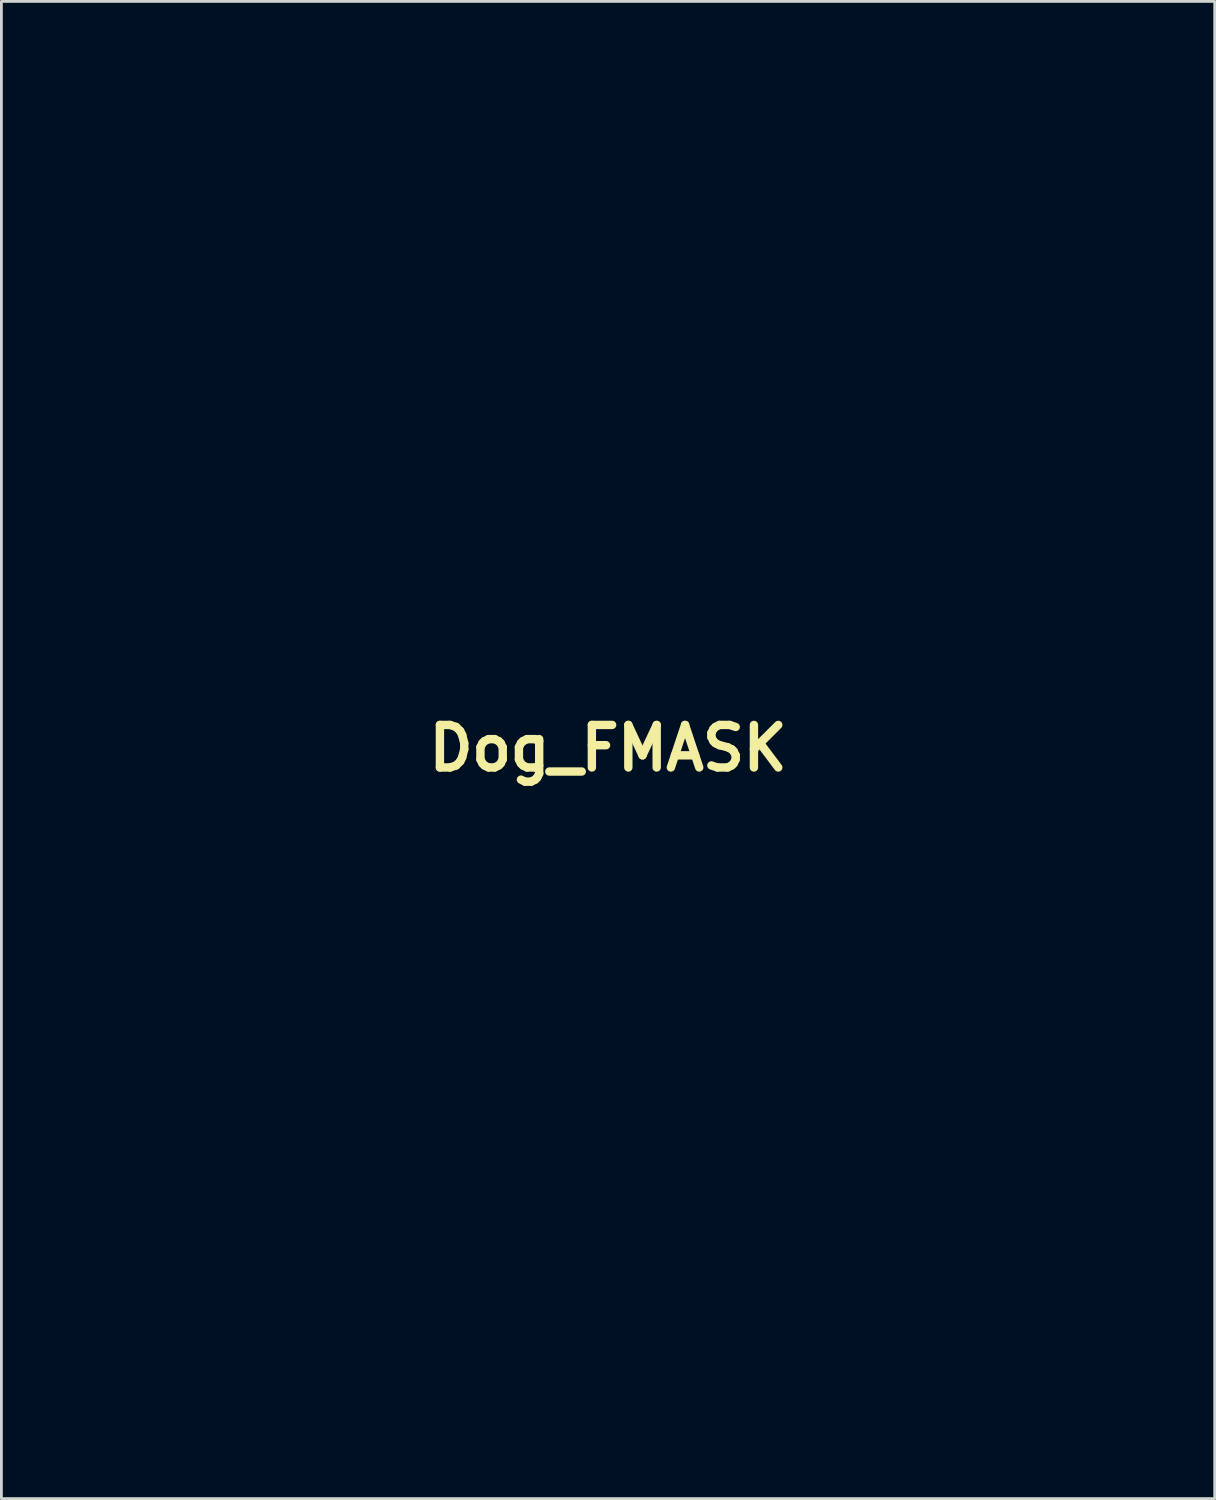
<source format=kicad_pcb>
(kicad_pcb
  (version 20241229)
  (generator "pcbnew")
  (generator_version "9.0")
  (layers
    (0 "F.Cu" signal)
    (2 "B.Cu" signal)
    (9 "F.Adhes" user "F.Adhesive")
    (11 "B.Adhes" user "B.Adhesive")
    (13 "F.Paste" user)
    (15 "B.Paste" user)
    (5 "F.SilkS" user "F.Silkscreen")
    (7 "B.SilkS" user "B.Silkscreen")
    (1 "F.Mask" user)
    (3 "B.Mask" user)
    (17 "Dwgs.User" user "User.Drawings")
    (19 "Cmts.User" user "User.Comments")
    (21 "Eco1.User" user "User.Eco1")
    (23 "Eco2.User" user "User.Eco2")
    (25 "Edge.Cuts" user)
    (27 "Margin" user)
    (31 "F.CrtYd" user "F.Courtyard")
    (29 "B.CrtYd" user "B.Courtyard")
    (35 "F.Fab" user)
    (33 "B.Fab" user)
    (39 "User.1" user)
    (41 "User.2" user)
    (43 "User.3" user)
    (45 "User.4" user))
  (footprint "Dog_FMASK"
    (layer "F.Cu")
    (at 18.733 23.754)
    (property "Reference" "Dog_FMASK" (at 0 0 0) (layer "F.SilkS") (effects (font (size 1.524 1.524) (thickness 0.3))))
    (attr through_hole)
    (fp_poly (pts (xy 2.731 -0.794) (xy 2.699 -0.762) (xy 2.667 -0.794) (xy 2.699 -0.826) (xy 2.731 -0.794)) (stroke (width 0.01) (type solid)) (fill yes) (layer "F.Mask"))
    (fp_poly (pts (xy 1.975 -10.363) (xy 2.302 -10.165) (xy 2.328 -10.142) (xy 2.572 -9.861) (xy 2.702 -9.535) (xy 2.731 -9.245) (xy 2.675 -8.851) (xy 2.511 -8.521) (xy 2.238 -8.258) (xy 2 -8.121) (xy 1.641 -8.016) (xy 1.284 -8.037) (xy 1.047 -8.119) (xy 0.728 -8.326) (xy 0.499 -8.599) (xy 0.362 -8.918) (xy 0.318 -9.258) (xy 0.369 -9.597) (xy 0.516 -9.914) (xy 0.76 -10.185) (xy 0.907 -10.289) (xy 1.251 -10.427) (xy 1.615 -10.451) (xy 1.975 -10.363)) (stroke (width 0.01) (type solid)) (fill yes) (layer "F.Mask"))
    (fp_poly (pts (xy -7.929 -11.648) (xy -7.624 -11.481) (xy -7.374 -11.238) (xy -7.201 -10.936) (xy -7.123 -10.593) (xy -7.126 -10.418) (xy -7.217 -10.056) (xy -7.403 -9.748) (xy -7.663 -9.51) (xy -7.975 -9.353) (xy -8.318 -9.294) (xy -8.672 -9.344) (xy -8.723 -9.362) (xy -9.017 -9.522) (xy -9.279 -9.76) (xy -9.435 -9.982) (xy -9.497 -10.187) (xy -9.521 -10.457) (xy -9.509 -10.739) (xy -9.461 -10.976) (xy -9.433 -11.043) (xy -9.253 -11.286) (xy -8.997 -11.504) (xy -8.715 -11.657) (xy -8.627 -11.686) (xy -8.27 -11.722) (xy -7.929 -11.648)) (stroke (width 0.01) (type solid)) (fill yes) (layer "F.Mask"))
    (fp_poly (pts (xy -5.566 -1.058) (xy -5.288 -1.031) (xy -4.923 -0.988) (xy -4.455 -0.929) (xy -4.166 -0.892) (xy -3.699 -0.831) (xy -3.341 -0.782) (xy -3.075 -0.741) (xy -2.883 -0.703) (xy -2.749 -0.667) (xy -2.655 -0.626) (xy -2.584 -0.579) (xy -2.532 -0.532) (xy -2.388 -0.367) (xy -2.312 -0.198) (xy -2.306 -0.003) (xy -2.371 0.24) (xy -2.507 0.552) (xy -2.609 0.753) (xy -2.767 1.039) (xy -2.93 1.306) (xy -3.074 1.518) (xy -3.163 1.626) (xy -3.53 1.917) (xy -3.953 2.098) (xy -4.416 2.166) (xy -4.846 2.127) (xy -5.276 1.978) (xy -5.663 1.716) (xy -5.942 1.418) (xy -6.079 1.183) (xy -6.21 0.858) (xy -6.325 0.477) (xy -6.414 0.076) (xy -6.461 -0.268) (xy -6.475 -0.479) (xy -6.457 -0.614) (xy -6.391 -0.726) (xy -6.27 -0.855) (xy -6.19 -0.933) (xy -6.116 -0.993) (xy -6.032 -1.035) (xy -5.923 -1.06) (xy -5.773 -1.067) (xy -5.566 -1.058)) (stroke (width 0.01) (type solid)) (fill yes) (layer "F.Mask"))
    (fp_poly (pts (xy -8.288 -23.725) (xy -8.319 -23.638) (xy -8.353 -23.56) (xy -8.429 -23.377) (xy -8.542 -23.1) (xy -8.687 -22.741) (xy -8.859 -22.311) (xy -9.054 -21.823) (xy -9.267 -21.287) (xy -9.494 -20.716) (xy -9.73 -20.121) (xy -9.971 -19.513) (xy -10.212 -18.905) (xy -10.448 -18.307) (xy -10.675 -17.731) (xy -10.888 -17.189) (xy -11.082 -16.693) (xy -11.254 -16.254) (xy -11.398 -15.883) (xy -11.51 -15.593) (xy -11.585 -15.395) (xy -11.619 -15.3) (xy -11.62 -15.294) (xy -11.644 -15.199) (xy -11.711 -15.008) (xy -11.811 -14.742) (xy -11.936 -14.422) (xy -12.078 -14.069) (xy -12.228 -13.702) (xy -12.378 -13.344) (xy -12.519 -13.014) (xy -12.643 -12.733) (xy -12.741 -12.522) (xy -12.805 -12.401) (xy -12.812 -12.391) (xy -13.062 -12.157) (xy -13.38 -12.006) (xy -13.733 -11.948) (xy -14.086 -11.991) (xy -14.224 -12.039) (xy -14.522 -12.217) (xy -14.756 -12.474) (xy -14.889 -12.7) (xy -14.985 -12.899) (xy -15.12 -13.187) (xy -15.287 -13.552) (xy -15.48 -13.979) (xy -15.694 -14.455) (xy -15.923 -14.967) (xy -16.16 -15.502) (xy -16.399 -16.045) (xy -16.636 -16.584) (xy -16.864 -17.104) (xy -17.076 -17.594) (xy -17.268 -18.038) (xy -17.433 -18.424) (xy -17.565 -18.738) (xy -17.658 -18.967) (xy -17.706 -19.097) (xy -17.711 -19.113) (xy -17.779 -19.677) (xy -17.733 -20.237) (xy -17.582 -20.776) (xy -17.336 -21.277) (xy -17.003 -21.722) (xy -16.593 -22.094) (xy -16.115 -22.375) (xy -15.915 -22.456) (xy -15.817 -22.479) (xy -15.607 -22.521) (xy -15.299 -22.578) (xy -14.908 -22.65) (xy -14.446 -22.732) (xy -13.928 -22.823) (xy -13.368 -22.921) (xy -12.779 -23.023) (xy -12.175 -23.127) (xy -11.57 -23.23) (xy -10.979 -23.33) (xy -10.413 -23.424) (xy -9.889 -23.512) (xy -9.418 -23.589) (xy -9.016 -23.653) (xy -8.695 -23.703) (xy -8.47 -23.736) (xy -8.355 -23.749) (xy -8.349 -23.749) (xy -8.288 -23.725)) (stroke (width 0.01) (type solid)) (fill yes) (layer "F.Mask"))
    (fp_poly (pts (xy 4.64 -22.072) (xy 4.809 -21.999) (xy 5.051 -21.888) (xy 5.347 -21.749) (xy 5.599 -21.629) (xy 5.975 -21.45) (xy 6.364 -21.27) (xy 6.727 -21.105) (xy 7.031 -20.971) (xy 7.144 -20.924) (xy 7.607 -20.729) (xy 8.106 -20.515) (xy 8.625 -20.288) (xy 9.148 -20.054) (xy 9.66 -19.822) (xy 10.146 -19.598) (xy 10.591 -19.389) (xy 10.979 -19.203) (xy 11.295 -19.046) (xy 11.523 -18.925) (xy 11.642 -18.853) (xy 11.945 -18.603) (xy 12.189 -18.323) (xy 12.406 -17.977) (xy 12.53 -17.73) (xy 12.616 -17.541) (xy 12.673 -17.383) (xy 12.708 -17.223) (xy 12.725 -17.025) (xy 12.731 -16.756) (xy 12.732 -16.542) (xy 12.729 -16.207) (xy 12.719 -15.966) (xy 12.695 -15.785) (xy 12.652 -15.631) (xy 12.586 -15.47) (xy 12.558 -15.409) (xy 12.426 -15.158) (xy 12.273 -14.908) (xy 12.177 -14.775) (xy 11.955 -14.494) (xy 11.685 -14.154) (xy 11.376 -13.767) (xy 11.037 -13.345) (xy 10.678 -12.898) (xy 10.309 -12.44) (xy 9.938 -11.981) (xy 9.576 -11.532) (xy 9.231 -11.107) (xy 8.914 -10.716) (xy 8.633 -10.371) (xy 8.398 -10.084) (xy 8.218 -9.867) (xy 8.103 -9.73) (xy 8.072 -9.694) (xy 7.829 -9.469) (xy 7.596 -9.337) (xy 7.329 -9.279) (xy 7.131 -9.272) (xy 6.845 -9.293) (xy 6.613 -9.369) (xy 6.498 -9.431) (xy 6.304 -9.577) (xy 6.137 -9.752) (xy 6.097 -9.809) (xy 6.067 -9.861) (xy 6.04 -9.921) (xy 6.014 -9.998) (xy 5.987 -10.103) (xy 5.959 -10.243) (xy 5.928 -10.43) (xy 5.892 -10.672) (xy 5.851 -10.979) (xy 5.803 -11.359) (xy 5.747 -11.823) (xy 5.681 -12.381) (xy 5.604 -13.04) (xy 5.515 -13.812) (xy 5.463 -14.256) (xy 5.385 -14.93) (xy 5.303 -15.632) (xy 5.219 -16.349) (xy 5.134 -17.069) (xy 5.05 -17.782) (xy 4.967 -18.475) (xy 4.888 -19.137) (xy 4.813 -19.757) (xy 4.745 -20.323) (xy 4.683 -20.824) (xy 4.631 -21.248) (xy 4.589 -21.583) (xy 4.558 -21.818) (xy 4.54 -21.942) (xy 4.538 -21.955) (xy 4.535 -22.065) (xy 4.566 -22.098) (xy 4.64 -22.072)) (stroke (width 0.01) (type solid)) (fill yes) (layer "F.Mask"))
    (fp_poly (pts (xy -11.57 0.293) (xy -11.367 1.028) (xy -11.054 1.717) (xy -10.639 2.347) (xy -10.134 2.907) (xy -9.551 3.385) (xy -8.898 3.769) (xy -8.188 4.048) (xy -8.16 4.056) (xy -7.869 4.129) (xy -7.524 4.199) (xy -7.195 4.251) (xy -7.176 4.254) (xy -6.892 4.289) (xy -6.627 4.324) (xy -6.429 4.352) (xy -6.398 4.357) (xy -6.16 4.393) (xy -6.16 5.308) (xy -6.162 5.632) (xy -6.17 5.906) (xy -6.181 6.107) (xy -6.195 6.213) (xy -6.201 6.223) (xy -6.273 6.194) (xy -6.424 6.118) (xy -6.621 6.012) (xy -6.63 6.007) (xy -7.146 5.764) (xy -7.639 5.629) (xy -8.135 5.598) (xy -8.222 5.602) (xy -8.749 5.696) (xy -9.233 5.903) (xy -9.66 6.211) (xy -10.019 6.609) (xy -10.3 7.088) (xy -10.49 7.636) (xy -10.511 7.73) (xy -10.549 7.991) (xy -10.578 8.345) (xy -10.596 8.758) (xy -10.603 9.195) (xy -10.599 9.623) (xy -10.583 10.008) (xy -10.556 10.316) (xy -10.54 10.419) (xy -10.48 10.675) (xy -10.395 10.907) (xy -10.272 11.136) (xy -10.099 11.382) (xy -9.861 11.665) (xy -9.546 12.003) (xy -9.395 12.16) (xy -9.042 12.533) (xy -8.753 12.862) (xy -8.537 13.135) (xy -8.407 13.335) (xy -8.324 13.504) (xy -8.271 13.654) (xy -8.24 13.819) (xy -8.227 14.038) (xy -8.224 14.346) (xy -8.224 14.357) (xy -8.226 14.664) (xy -8.238 14.882) (xy -8.267 15.051) (xy -8.322 15.21) (xy -8.41 15.396) (xy -8.445 15.465) (xy -8.743 15.912) (xy -9.129 16.271) (xy -9.594 16.532) (xy -9.68 16.567) (xy -9.874 16.63) (xy -10.072 16.669) (xy -10.311 16.688) (xy -10.627 16.692) (xy -10.75 16.691) (xy -11.058 16.685) (xy -11.338 16.676) (xy -11.553 16.665) (xy -11.652 16.657) (xy -12.756 16.452) (xy -13.817 16.132) (xy -14.827 15.7) (xy -15.777 15.161) (xy -16.658 14.519) (xy -17.304 13.938) (xy -17.581 13.652) (xy -17.875 13.328) (xy -18.144 13.01) (xy -18.306 12.804) (xy -18.728 12.242) (xy -18.633 12.01) (xy -18.525 11.782) (xy -18.362 11.476) (xy -18.16 11.12) (xy -17.936 10.742) (xy -17.705 10.371) (xy -17.512 10.075) (xy -17.26 9.714) (xy -17.003 9.372) (xy -16.72 9.027) (xy -16.395 8.657) (xy -16.007 8.241) (xy -15.655 7.874) (xy -14.781 6.911) (xy -14.026 5.937) (xy -13.383 4.939) (xy -12.842 3.9) (xy -12.396 2.806) (xy -12.037 1.642) (xy -11.821 0.716) (xy -11.649 -0.123) (xy -11.57 0.293)) (stroke (width 0.01) (type solid)) (fill yes) (layer "F.Mask"))
    (fp_poly (pts (xy 2.033 1.599) (xy 2.211 1.621) (xy 2.472 1.654) (xy 2.795 1.696) (xy 3.084 1.733) (xy 4.167 1.873) (xy 5.624 3.366) (xy 6.437 4.208) (xy 7.172 4.987) (xy 7.845 5.722) (xy 8.474 6.433) (xy 9.076 7.14) (xy 9.669 7.863) (xy 10.27 8.621) (xy 10.552 8.985) (xy 11.999 10.961) (xy 13.374 13.029) (xy 14.667 15.175) (xy 15.87 17.382) (xy 16.972 19.632) (xy 17.965 21.909) (xy 18.567 23.447) (xy 18.727 23.876) (xy 16.65 23.863) (xy 16.203 23.86) (xy 15.648 23.856) (xy 15.004 23.851) (xy 14.289 23.845) (xy 13.522 23.838) (xy 12.722 23.831) (xy 11.907 23.824) (xy 11.098 23.816) (xy 10.414 23.809) (xy 9.684 23.802) (xy 8.979 23.794) (xy 8.313 23.787) (xy 7.697 23.781) (xy 7.144 23.775) (xy 6.666 23.769) (xy 6.274 23.765) (xy 5.982 23.761) (xy 5.801 23.759) (xy 5.772 23.758) (xy 5.29 23.749) (xy 5.248 23.035) (xy 5.121 21.935) (xy 4.872 20.846) (xy 4.505 19.779) (xy 4.024 18.748) (xy 3.434 17.763) (xy 3.07 17.252) (xy 2.971 17.136) (xy 2.792 16.94) (xy 2.541 16.672) (xy 2.227 16.343) (xy 1.858 15.959) (xy 1.444 15.533) (xy 0.992 15.071) (xy 0.513 14.584) (xy 0.032 14.097) (xy -0.465 13.594) (xy -0.943 13.109) (xy -1.392 12.649) (xy -1.804 12.225) (xy -2.17 11.845) (xy -2.481 11.519) (xy -2.729 11.255) (xy -2.904 11.063) (xy -2.996 10.954) (xy -3.186 10.694) (xy -3.367 10.433) (xy -3.525 10.193) (xy -3.647 9.993) (xy -3.718 9.856) (xy -3.73 9.805) (xy -3.684 9.839) (xy -3.591 9.956) (xy -3.468 10.131) (xy -3.46 10.143) (xy -3.33 10.337) (xy -3.197 10.524) (xy -3.055 10.713) (xy -2.895 10.911) (xy -2.71 11.129) (xy -2.492 11.373) (xy -2.232 11.654) (xy -1.924 11.979) (xy -1.558 12.357) (xy -1.128 12.797) (xy -0.625 13.308) (xy -0.042 13.897) (xy 0.093 14.034) (xy 0.593 14.539) (xy 1.075 15.031) (xy 1.53 15.499) (xy 1.949 15.934) (xy 2.323 16.326) (xy 2.643 16.666) (xy 2.9 16.944) (xy 3.085 17.151) (xy 3.184 17.272) (xy 3.835 18.251) (xy 4.372 19.272) (xy 4.793 20.327) (xy 5.095 21.407) (xy 5.275 22.504) (xy 5.315 22.996) (xy 5.352 23.671) (xy 7.264 23.709) (xy 7.749 23.718) (xy 8.306 23.726) (xy 8.925 23.735) (xy 9.593 23.743) (xy 10.302 23.752) (xy 11.041 23.759) (xy 11.798 23.767) (xy 12.565 23.773) (xy 13.329 23.78) (xy 14.081 23.785) (xy 14.81 23.79) (xy 15.506 23.794) (xy 16.157 23.797) (xy 16.754 23.799) (xy 17.286 23.8) (xy 17.743 23.801) (xy 18.114 23.799) (xy 18.388 23.797) (xy 18.555 23.793) (xy 18.605 23.789) (xy 18.582 23.711) (xy 18.518 23.535) (xy 18.419 23.278) (xy 18.294 22.959) (xy 18.15 22.596) (xy 17.993 22.208) (xy 17.833 21.813) (xy 17.675 21.43) (xy 17.527 21.077) (xy 17.397 20.772) (xy 17.378 20.728) (xy 16.914 19.694) (xy 16.407 18.626) (xy 15.87 17.55) (xy 15.316 16.491) (xy 14.759 15.474) (xy 14.212 14.524) (xy 13.688 13.667) (xy 13.619 13.559) (xy 13.388 13.198) (xy 13.028 13.541) (xy 12.324 14.142) (xy 11.522 14.7) (xy 10.651 15.2) (xy 9.736 15.628) (xy 8.806 15.967) (xy 8.687 16.003) (xy 8.028 16.179) (xy 7.364 16.312) (xy 6.664 16.407) (xy 5.893 16.467) (xy 5.334 16.491) (xy 4.677 16.502) (xy 4.129 16.488) (xy 3.672 16.446) (xy 3.289 16.371) (xy 2.963 16.259) (xy 2.676 16.106) (xy 2.413 15.908) (xy 2.231 15.739) (xy 1.886 15.313) (xy 1.64 14.837) (xy 1.503 14.332) (xy 1.48 13.819) (xy 1.509 13.586) (xy 1.575 13.291) (xy 1.662 13.029) (xy 1.783 12.782) (xy 1.952 12.526) (xy 2.181 12.243) (xy 2.485 11.91) (xy 2.728 11.657) (xy 3.111 11.253) (xy 3.408 10.911) (xy 3.629 10.611) (xy 3.786 10.334) (xy 3.889 10.061) (xy 3.952 9.772) (xy 3.98 9.512) (xy 3.968 8.927) (xy 3.857 8.355) (xy 3.658 7.809) (xy 3.382 7.299) (xy 3.039 6.835) (xy 2.641 6.429) (xy 2.2 6.091) (xy 1.725 5.831) (xy 1.229 5.662) (xy 0.722 5.592) (xy 0.216 5.634) (xy 0.027 5.681) (xy -0.156 5.748) (xy -0.415 5.858) (xy -0.714 5.996) (xy -0.977 6.126) (xy -1.252 6.262) (xy -1.489 6.373) (xy -1.665 6.449) (xy -1.755 6.477) (xy -1.755 6.477) (xy -1.791 6.452) (xy -1.816 6.366) (xy -1.831 6.203) (xy -1.839 5.945) (xy -1.841 5.602) (xy -1.841 4.727) (xy -1.384 4.609) (xy -0.698 4.369) (xy -0.051 4.017) (xy 0.541 3.567) (xy 1.061 3.033) (xy 1.493 2.429) (xy 1.699 2.048) (xy 1.806 1.834) (xy 1.895 1.674) (xy 1.952 1.594) (xy 1.96 1.59) (xy 2.033 1.599)) (stroke (width 0.01) (type solid)) (fill yes) (layer "F.Mask")))
  (gr_rect
    (start -3 -3)
    (end 40.465 50.635)
    (stroke (width 0.1) (type default))
    (fill no)
    (layer "Edge.Cuts")))
</source>
